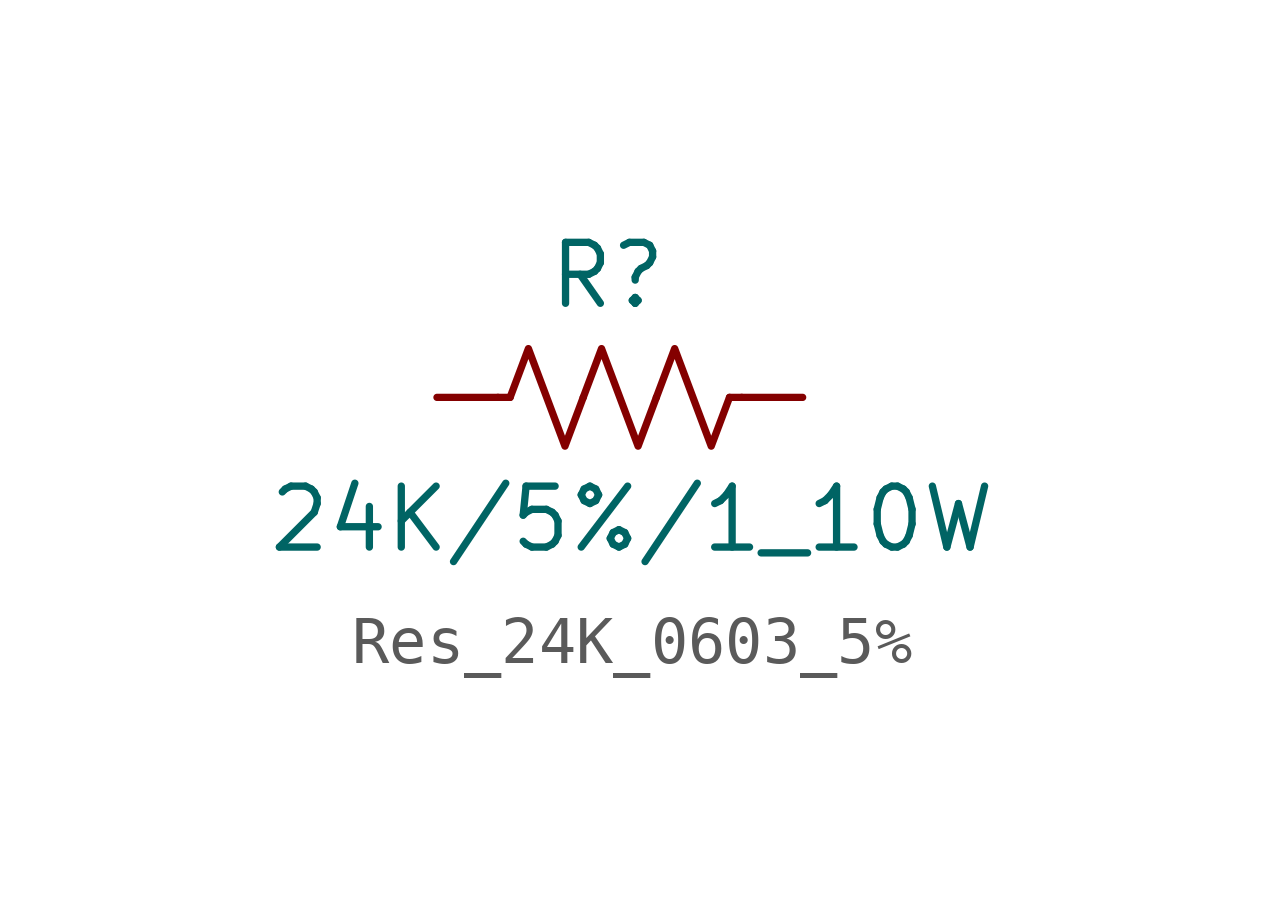
<source format=kicad_sym>
(kicad_symbol_lib
  (version 20231120)
  (generator "kicad_symbol_editor")
  (generator_version "8.0")
  (symbol "Res_24K_0603_5%"
    (pin_numbers hide)
    (pin_names hide)
    (property "Reference" "R"
      (at 3.556 2.54 0)
      (effects (font (size 1.27 1.27))))
    (property "Value" "24K/5%/1_10W"
      (at 4.064 -2.54 0)
      (effects (font (size 1.27 1.27))))
    (symbol "Res_24K_0603_5%_0_1"
      (polyline (pts (xy 1.524 0) (xy 1.27 0)) (stroke (width 0) (type default)) (fill (type none)))
      (polyline (pts (xy 6.096 0) (xy 6.35 0)) (stroke (width 0) (type default)) (fill (type none)))
      (polyline (pts (xy 1.524 0) (xy 1.905 1.016) (xy 2.286 0) (xy 2.667 -1.016) (xy 3.048 0)) (stroke (width 0) (type default)) (fill (type none)))
      (polyline (pts (xy 3.048 0) (xy 3.429 1.016) (xy 3.81 0) (xy 4.191 -1.016) (xy 4.572 0)) (stroke (width 0) (type default)) (fill (type none)))
      (polyline (pts (xy 4.572 0) (xy 4.953 1.016) (xy 5.334 0) (xy 5.715 -1.016) (xy 6.096 0)) (stroke (width 0) (type default)) (fill (type none))))
    (symbol "Res_24K_0603_5%_1_1"
      (pin passive line (at 0 0 0) (length 1.27) (name "~" (effects (font (size 1.27 1.27)))) (number "1" (effects (font (size 1.27 1.27)))))
      (pin passive line (at 7.62 0 180) (length 1.27) (name "~" (effects (font (size 1.27 1.27)))) (number "2" (effects (font (size 1.27 1.27))))))))
</source>
